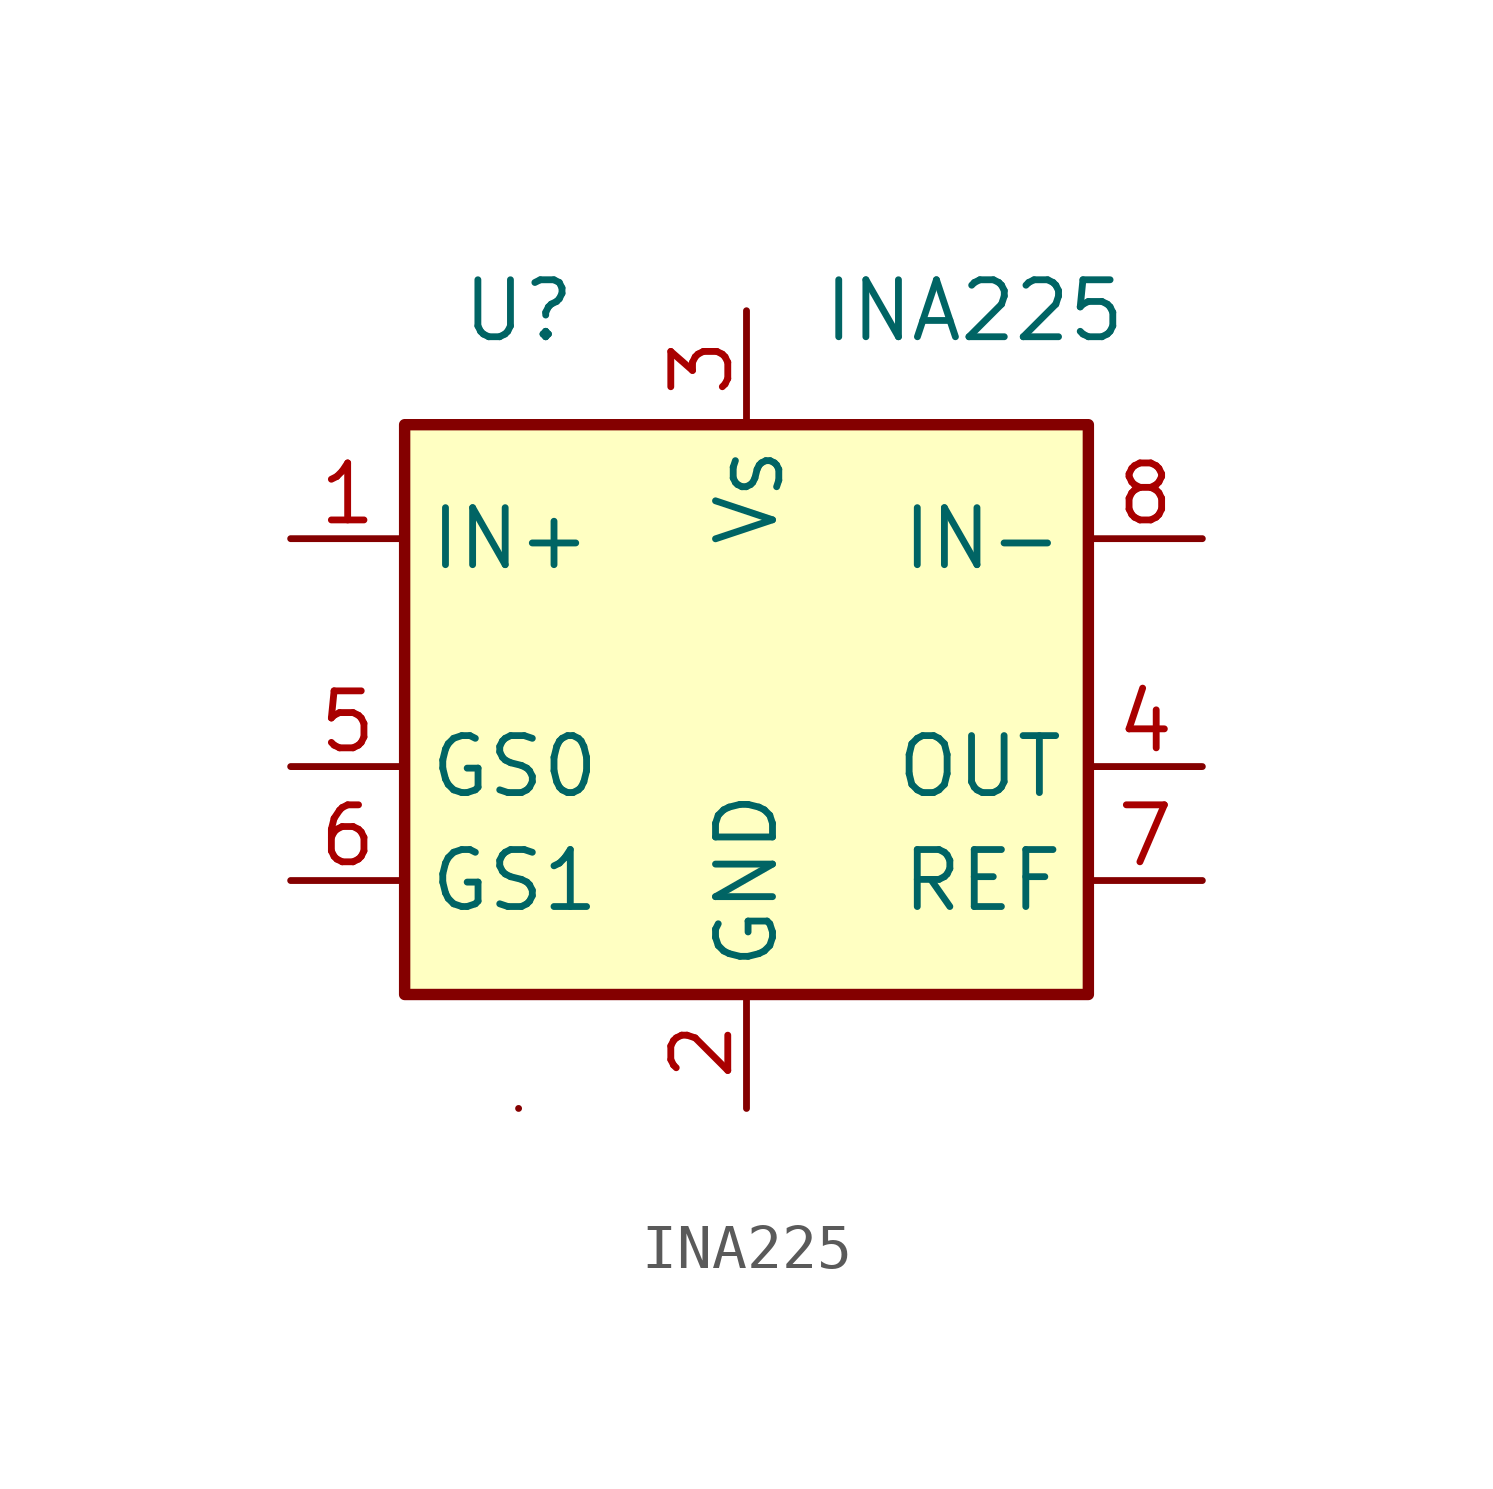
<source format=kicad_sym>
(kicad_symbol_lib
  (version 20231120)
  (generator "kicad_symbol_editor")
  (generator_version "8.0")
  (symbol "INA225"
    (property "Reference" "U"
      (at -5.08 7.62 0)
      (effects (font (size 1.27 1.27))))
    (property "Value" "INA225"
      (at 5.08 7.62 0)
      (effects (font (size 1.27 1.27))))
    (symbol "INA225_0_0"
      (text "" (at -10.16 -5.08 0) (effects (font (size 1.27 1.27)))))
    (symbol "INA225_0_1"
      (rectangle (start -7.62 5.08) (end 7.62 -7.62) (stroke (width 0.254) (type default)) (fill (type background)))
      (rectangle (start -5.08 -10.16) (end -5.08 -10.16) (stroke (width 0) (type default)) (fill (type none))))
    (symbol "INA225_1_1"
      (pin passive line (at -10.16 2.54 0) (length 2.54) (name "IN+" (effects (font (size 1.27 1.27)))) (number "1" (effects (font (size 1.27 1.27)))))
      (pin power_in line (at 0 -10.16 90) (length 2.54) (name "GND" (effects (font (size 1.27 1.27)))) (number "2" (effects (font (size 1.27 1.27)))))
      (pin power_in line (at 0 7.62 270) (length 2.54) (name "V_{S}" (effects (font (size 1.27 1.27)))) (number "3" (effects (font (size 1.27 1.27)))))
      (pin output line (at 10.16 -2.54 180) (length 2.54) (name "OUT" (effects (font (size 1.27 1.27)))) (number "4" (effects (font (size 1.27 1.27)))))
      (pin input line (at -10.16 -2.54 0) (length 2.54) (name "GS0" (effects (font (size 1.27 1.27)))) (number "5" (effects (font (size 1.27 1.27)))))
      (pin input line (at -10.16 -5.08 0) (length 2.54) (name "GS1" (effects (font (size 1.27 1.27)))) (number "6" (effects (font (size 1.27 1.27)))))
      (pin passive line (at 10.16 -5.08 180) (length 2.54) (name "REF" (effects (font (size 1.27 1.27)))) (number "7" (effects (font (size 1.27 1.27)))))
      (pin passive line (at 10.16 2.54 180) (length 2.54) (name "IN-" (effects (font (size 1.27 1.27)))) (number "8" (effects (font (size 1.27 1.27))))))))
</source>
